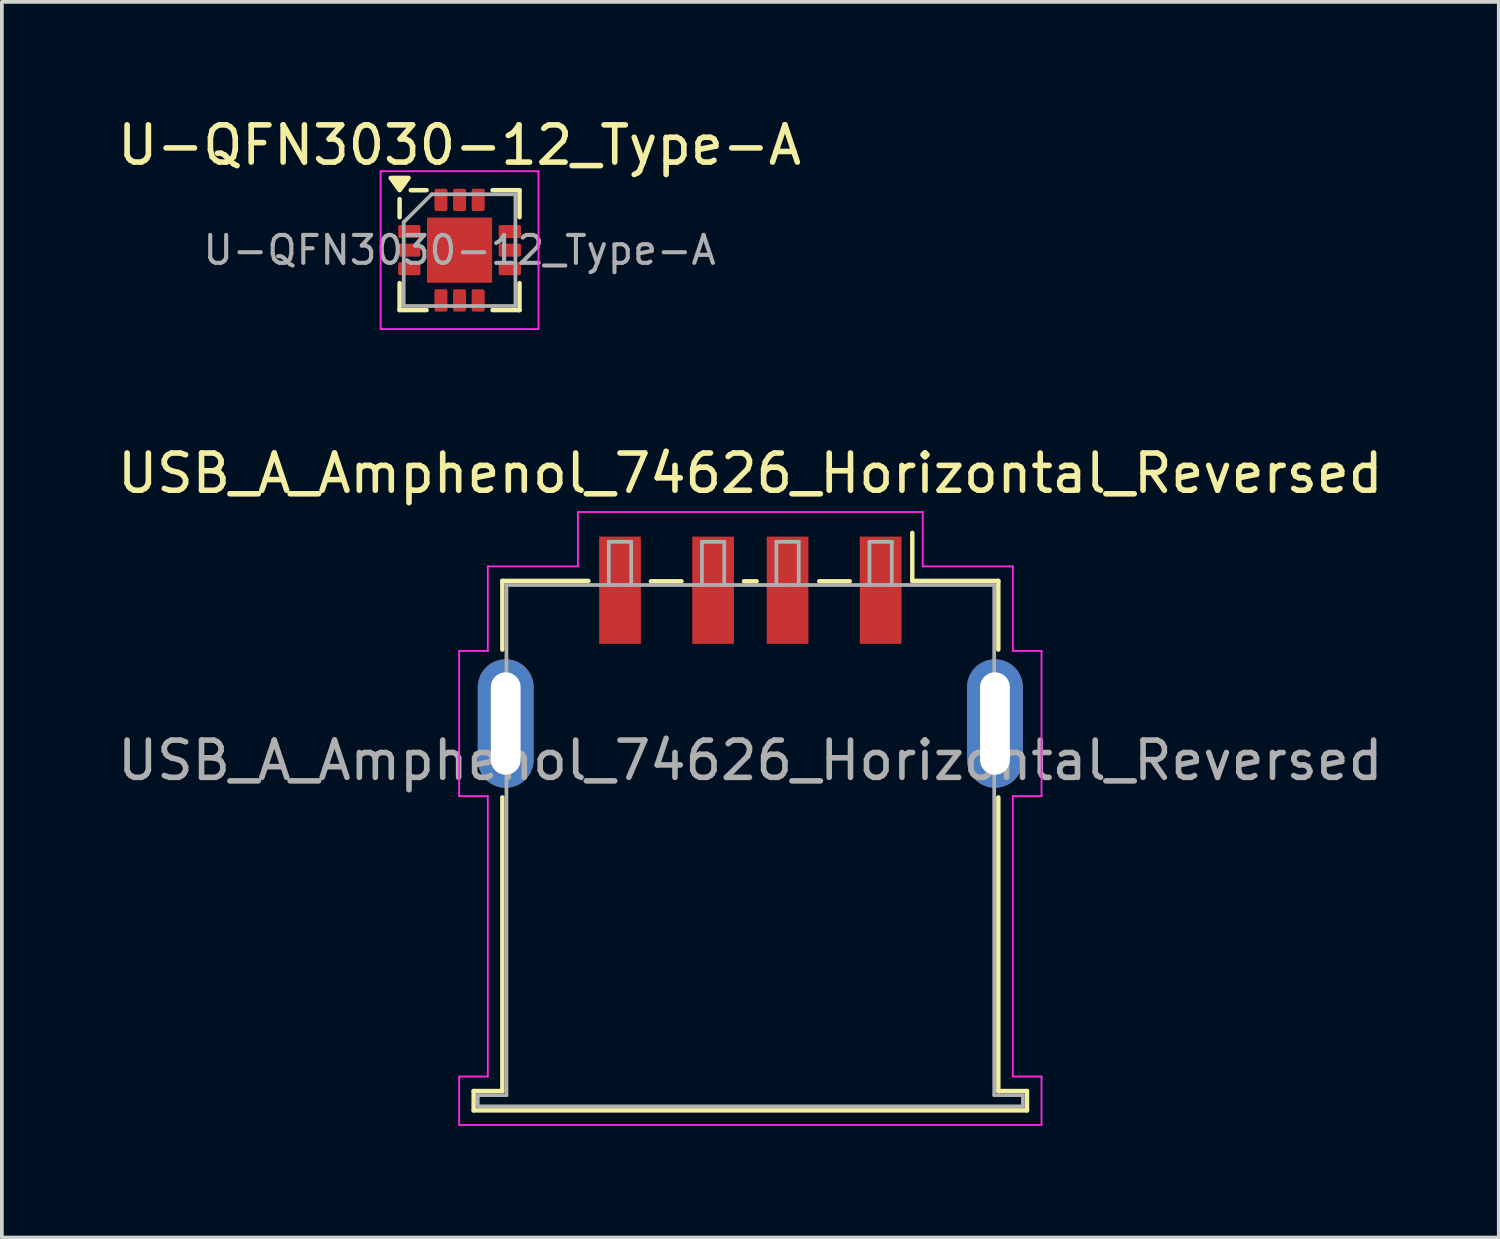
<source format=kicad_pcb>
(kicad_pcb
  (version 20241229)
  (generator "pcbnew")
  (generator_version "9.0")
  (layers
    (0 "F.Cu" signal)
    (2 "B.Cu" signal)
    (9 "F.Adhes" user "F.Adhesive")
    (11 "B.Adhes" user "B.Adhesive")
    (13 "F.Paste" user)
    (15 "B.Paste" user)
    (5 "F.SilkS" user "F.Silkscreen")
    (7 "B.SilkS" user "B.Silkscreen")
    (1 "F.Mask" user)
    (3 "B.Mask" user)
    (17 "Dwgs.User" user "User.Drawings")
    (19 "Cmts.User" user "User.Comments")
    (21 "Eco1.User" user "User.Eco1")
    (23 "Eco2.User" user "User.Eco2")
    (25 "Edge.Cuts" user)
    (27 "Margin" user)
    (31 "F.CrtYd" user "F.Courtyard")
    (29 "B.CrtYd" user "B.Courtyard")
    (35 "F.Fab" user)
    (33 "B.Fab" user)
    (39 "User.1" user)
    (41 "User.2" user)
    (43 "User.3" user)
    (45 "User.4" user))
  (footprint "U-QFN3030-12_Type-A"
    (layer "F.Cu")
    (at 9.292 3.668)
    (property "Reference" "U-QFN3030-12_Type-A" (at 0 -2.82 0) (layer "F.SilkS") (effects (font (size 1 1) (thickness 0.15))))
    (attr smd)
    (fp_line (start -1.61 -1.37) (end -1.61 -0.885) (stroke (width 0.12) (type solid)) (layer "F.SilkS"))
    (fp_line (start -1.61 1.61) (end -1.61 0.885) (stroke (width 0.12) (type solid)) (layer "F.SilkS"))
    (fp_line (start -0.885 -1.61) (end -1.31 -1.61) (stroke (width 0.12) (type solid)) (layer "F.SilkS"))
    (fp_line (start -0.885 1.61) (end -1.61 1.61) (stroke (width 0.12) (type solid)) (layer "F.SilkS"))
    (fp_line (start 0.885 -1.61) (end 1.61 -1.61) (stroke (width 0.12) (type solid)) (layer "F.SilkS"))
    (fp_line (start 0.885 1.61) (end 1.61 1.61) (stroke (width 0.12) (type solid)) (layer "F.SilkS"))
    (fp_line (start 1.61 -1.61) (end 1.61 -0.885) (stroke (width 0.12) (type solid)) (layer "F.SilkS"))
    (fp_line (start 1.61 1.61) (end 1.61 0.885) (stroke (width 0.12) (type solid)) (layer "F.SilkS"))
    (fp_poly (pts (xy -1.61 -1.61) (xy -1.85 -1.94) (xy -1.37 -1.94) (xy -1.61 -1.61)) (stroke (width 0.12) (type solid)) (fill yes) (layer "F.SilkS"))
    (fp_line (start -2.12 -2.12) (end -2.12 2.12) (stroke (width 0.05) (type solid)) (layer "F.CrtYd"))
    (fp_line (start -2.12 2.12) (end 2.12 2.12) (stroke (width 0.05) (type solid)) (layer "F.CrtYd"))
    (fp_line (start 2.12 -2.12) (end -2.12 -2.12) (stroke (width 0.05) (type solid)) (layer "F.CrtYd"))
    (fp_line (start 2.12 2.12) (end 2.12 -2.12) (stroke (width 0.05) (type solid)) (layer "F.CrtYd"))
    (fp_line (start -1.5 -0.75) (end -0.75 -1.5) (stroke (width 0.1) (type solid)) (layer "F.Fab"))
    (fp_line (start -1.5 1.5) (end -1.5 -0.75) (stroke (width 0.1) (type solid)) (layer "F.Fab"))
    (fp_line (start -0.75 -1.5) (end 1.5 -1.5) (stroke (width 0.1) (type solid)) (layer "F.Fab"))
    (fp_line (start 1.5 -1.5) (end 1.5 1.5) (stroke (width 0.1) (type solid)) (layer "F.Fab"))
    (fp_line (start 1.5 1.5) (end -1.5 1.5) (stroke (width 0.1) (type solid)) (layer "F.Fab"))
    (fp_text user "${REFERENCE}" (at 0 0 0) (layer "F.Fab") (effects (font (size 0.75 0.75) (thickness 0.11))))
    (pad "" smd roundrect (at -0.41 -0.41) (size 0.67 0.67) (layers "F.Paste") (roundrect_rratio 0.25))
    (pad "" smd roundrect (at -0.41 0.41) (size 0.67 0.67) (layers "F.Paste") (roundrect_rratio 0.25))
    (pad "" smd roundrect (at 0.41 -0.41) (size 0.67 0.67) (layers "F.Paste") (roundrect_rratio 0.25))
    (pad "" smd roundrect (at 0.41 0.41) (size 0.67 0.67) (layers "F.Paste") (roundrect_rratio 0.25))
    (pad "1" smd roundrect (at -1.35 -0.5) (size 0.6 0.35) (layers "F.Cu" "F.Mask" "F.Paste") (roundrect_rratio 0.143))
    (pad "2" smd roundrect (at -1.35 0) (size 0.6 0.35) (layers "F.Cu" "F.Mask" "F.Paste") (roundrect_rratio 0.143))
    (pad "3" smd roundrect (at -1.35 0.5) (size 0.6 0.35) (layers "F.Cu" "F.Mask" "F.Paste") (roundrect_rratio 0.143))
    (pad "4" smd roundrect (at -0.5 1.35) (size 0.35 0.6) (layers "F.Cu" "F.Mask" "F.Paste") (roundrect_rratio 0.143))
    (pad "5" smd roundrect (at 0 1.35) (size 0.35 0.6) (layers "F.Cu" "F.Mask" "F.Paste") (roundrect_rratio 0.143))
    (pad "6" smd roundrect (at 0.5 1.35) (size 0.35 0.6) (layers "F.Cu" "F.Mask" "F.Paste") (roundrect_rratio 0.143))
    (pad "7" smd roundrect (at 1.35 0.5) (size 0.6 0.35) (layers "F.Cu" "F.Mask" "F.Paste") (roundrect_rratio 0.143))
    (pad "8" smd roundrect (at 1.35 0) (size 0.6 0.35) (layers "F.Cu" "F.Mask" "F.Paste") (roundrect_rratio 0.143))
    (pad "9" smd roundrect (at 1.35 -0.5) (size 0.6 0.35) (layers "F.Cu" "F.Mask" "F.Paste") (roundrect_rratio 0.143))
    (pad "10" smd roundrect (at 0.5 -1.35) (size 0.35 0.6) (layers "F.Cu" "F.Mask" "F.Paste") (roundrect_rratio 0.143))
    (pad "11" smd roundrect (at 0 -1.35) (size 0.35 0.6) (layers "F.Cu" "F.Mask" "F.Paste") (roundrect_rratio 0.143))
    (pad "12" smd roundrect (at -0.5 -1.35) (size 0.35 0.6) (layers "F.Cu" "F.Mask" "F.Paste") (roundrect_rratio 0.143))
    (pad "13" smd rect (at 0 0) (size 1.75 1.75) (layers "F.Cu" "F.Mask")))
  (footprint "USB_A_Amphenol_74626_Horizontal_Reversed"
    (layer "F.Cu")
    (at 17.101 19.081)
    (property "Reference" "USB_A_Amphenol_74626_Horizontal_Reversed" (at 0 -9.42 0) (layer "F.SilkS") (effects (font (size 1 1) (thickness 0.15))))
    (attr smd)
    (fp_line (start -7.43 7.17) (end -7.43 7.69) (stroke (width 0.12) (type solid)) (layer "F.SilkS"))
    (fp_line (start -7.43 7.69) (end 7.43 7.69) (stroke (width 0.12) (type solid)) (layer "F.SilkS"))
    (fp_line (start -6.66 -6.53) (end -6.66 -4.685) (stroke (width 0.12) (type solid)) (layer "F.SilkS"))
    (fp_line (start -6.66 -6.53) (end -4.35 -6.53) (stroke (width 0.12) (type solid)) (layer "F.SilkS"))
    (fp_line (start -6.66 7.17) (end -7.43 7.17) (stroke (width 0.12) (type solid)) (layer "F.SilkS"))
    (fp_line (start -6.66 7.17) (end -6.66 -0.715) (stroke (width 0.12) (type solid)) (layer "F.SilkS"))
    (fp_line (start -2.67 -6.52) (end -1.85 -6.52) (stroke (width 0.12) (type solid)) (layer "F.SilkS"))
    (fp_line (start -0.17 -6.52) (end 0.17 -6.52) (stroke (width 0.12) (type solid)) (layer "F.SilkS"))
    (fp_line (start 1.85 -6.52) (end 2.67 -6.52) (stroke (width 0.12) (type solid)) (layer "F.SilkS"))
    (fp_line (start 4.35 -7.82) (end 4.35 -6.53) (stroke (width 0.12) (type solid)) (layer "F.SilkS"))
    (fp_line (start 4.35 -6.53) (end 6.66 -6.53) (stroke (width 0.12) (type solid)) (layer "F.SilkS"))
    (fp_line (start 6.66 -6.53) (end 6.66 -4.685) (stroke (width 0.12) (type solid)) (layer "F.SilkS"))
    (fp_line (start 6.66 -0.715) (end 6.66 7.17) (stroke (width 0.12) (type solid)) (layer "F.SilkS"))
    (fp_line (start 7.43 7.17) (end 6.66 7.17) (stroke (width 0.12) (type solid)) (layer "F.SilkS"))
    (fp_line (start 7.43 7.69) (end 7.43 7.17) (stroke (width 0.12) (type solid)) (layer "F.SilkS"))
    (fp_line (start -7.82 -4.65) (end -7.82 -0.75) (stroke (width 0.05) (type solid)) (layer "F.CrtYd"))
    (fp_line (start -7.82 6.78) (end -7.05 6.78) (stroke (width 0.05) (type solid)) (layer "F.CrtYd"))
    (fp_line (start -7.82 8.08) (end -7.82 6.78) (stroke (width 0.05) (type solid)) (layer "F.CrtYd"))
    (fp_line (start -7.82 8.08) (end 7.82 8.08) (stroke (width 0.05) (type solid)) (layer "F.CrtYd"))
    (fp_line (start -7.05 -6.92) (end -7.05 -4.65) (stroke (width 0.05) (type solid)) (layer "F.CrtYd"))
    (fp_line (start -7.05 -6.92) (end -4.63 -6.92) (stroke (width 0.05) (type solid)) (layer "F.CrtYd"))
    (fp_line (start -7.05 -4.65) (end -7.82 -4.65) (stroke (width 0.05) (type solid)) (layer "F.CrtYd"))
    (fp_line (start -7.05 -0.75) (end -7.82 -0.75) (stroke (width 0.05) (type solid)) (layer "F.CrtYd"))
    (fp_line (start -7.05 6.78) (end -7.05 -0.75) (stroke (width 0.05) (type solid)) (layer "F.CrtYd"))
    (fp_line (start -4.63 -8.38) (end -4.63 -6.92) (stroke (width 0.05) (type solid)) (layer "F.CrtYd"))
    (fp_line (start -4.63 -8.38) (end 4.63 -8.38) (stroke (width 0.05) (type solid)) (layer "F.CrtYd"))
    (fp_line (start 4.63 -8.38) (end 4.63 -6.92) (stroke (width 0.05) (type solid)) (layer "F.CrtYd"))
    (fp_line (start 4.63 -6.92) (end 7.05 -6.92) (stroke (width 0.05) (type solid)) (layer "F.CrtYd"))
    (fp_line (start 7.05 -6.92) (end 7.05 -4.65) (stroke (width 0.05) (type solid)) (layer "F.CrtYd"))
    (fp_line (start 7.05 6.78) (end 7.05 -0.75) (stroke (width 0.05) (type solid)) (layer "F.CrtYd"))
    (fp_line (start 7.82 -4.65) (end 7.05 -4.65) (stroke (width 0.05) (type solid)) (layer "F.CrtYd"))
    (fp_line (start 7.82 -4.65) (end 7.82 -0.75) (stroke (width 0.05) (type solid)) (layer "F.CrtYd"))
    (fp_line (start 7.82 -0.75) (end 7.05 -0.75) (stroke (width 0.05) (type solid)) (layer "F.CrtYd"))
    (fp_line (start 7.82 6.78) (end 7.05 6.78) (stroke (width 0.05) (type solid)) (layer "F.CrtYd"))
    (fp_line (start 7.82 8.08) (end 7.82 6.78) (stroke (width 0.05) (type solid)) (layer "F.CrtYd"))
    (fp_line (start -7.32 7.28) (end -7.32 7.58) (stroke (width 0.1) (type solid)) (layer "F.Fab"))
    (fp_line (start -7.32 7.58) (end 7.32 7.58) (stroke (width 0.1) (type solid)) (layer "F.Fab"))
    (fp_line (start -6.55 -6.42) (end 6.55 -6.42) (stroke (width 0.1) (type solid)) (layer "F.Fab"))
    (fp_line (start -6.55 7.28) (end -7.32 7.28) (stroke (width 0.1) (type solid)) (layer "F.Fab"))
    (fp_line (start -6.55 7.28) (end -6.55 -6.42) (stroke (width 0.1) (type solid)) (layer "F.Fab"))
    (fp_line (start -3.8 -7.58) (end -3.8 -6.42) (stroke (width 0.1) (type solid)) (layer "F.Fab"))
    (fp_line (start -3.8 -7.58) (end -3.2 -7.58) (stroke (width 0.1) (type solid)) (layer "F.Fab"))
    (fp_line (start -3.2 -7.58) (end -3.2 -6.42) (stroke (width 0.1) (type solid)) (layer "F.Fab"))
    (fp_line (start -1.3 -7.58) (end -1.3 -6.42) (stroke (width 0.1) (type solid)) (layer "F.Fab"))
    (fp_line (start -1.3 -7.58) (end -0.7 -7.58) (stroke (width 0.1) (type solid)) (layer "F.Fab"))
    (fp_line (start -0.7 -7.58) (end -0.7 -6.42) (stroke (width 0.1) (type solid)) (layer "F.Fab"))
    (fp_line (start 0.7 -7.58) (end 0.7 -6.42) (stroke (width 0.1) (type solid)) (layer "F.Fab"))
    (fp_line (start 0.7 -7.58) (end 1.3 -7.58) (stroke (width 0.1) (type solid)) (layer "F.Fab"))
    (fp_line (start 1.3 -7.58) (end 1.3 -6.42) (stroke (width 0.1) (type solid)) (layer "F.Fab"))
    (fp_line (start 3.2 -7.58) (end 3.2 -6.42) (stroke (width 0.1) (type solid)) (layer "F.Fab"))
    (fp_line (start 3.2 -7.58) (end 3.8 -7.58) (stroke (width 0.1) (type solid)) (layer "F.Fab"))
    (fp_line (start 3.8 -7.58) (end 3.8 -6.42) (stroke (width 0.1) (type solid)) (layer "F.Fab"))
    (fp_line (start 6.55 -6.42) (end 6.55 7.28) (stroke (width 0.1) (type solid)) (layer "F.Fab"))
    (fp_line (start 7.32 7.28) (end 6.55 7.28) (stroke (width 0.1) (type solid)) (layer "F.Fab"))
    (fp_line (start 7.32 7.58) (end 7.32 7.28) (stroke (width 0.1) (type solid)) (layer "F.Fab"))
    (fp_text user "${REFERENCE}" (at 0 -1.71 0) (layer "F.Fab") (effects (font (size 1 1) (thickness 0.15))))
    (pad "1" smd rect (at 3.5 -6.28) (size 1.12 2.88) (layers "F.Cu" "F.Mask" "F.Paste"))
    (pad "2" smd rect (at 1 -6.28) (size 1.12 2.88) (layers "F.Cu" "F.Mask" "F.Paste"))
    (pad "3" smd rect (at -1 -6.28) (size 1.12 2.88) (layers "F.Cu" "F.Mask" "F.Paste"))
    (pad "4" smd rect (at -3.5 -6.28) (size 1.12 2.88) (layers "F.Cu" "F.Mask" "F.Paste"))
    (pad "5" thru_hole oval (at -6.57 -2.7) (size 1.5 3.45) (drill oval 0.8 2.75) (layers "*.Cu" "*.Mask"))
    (pad "5" thru_hole oval (at 6.57 -2.7) (size 1.5 3.45) (drill oval 0.8 2.75) (layers "*.Cu" "*.Mask")))
  (gr_rect
    (start -3 -3)
    (end 37.202 30.186)
    (stroke (width 0.1) (type default))
    (fill no)
    (layer "Edge.Cuts")))
</source>
